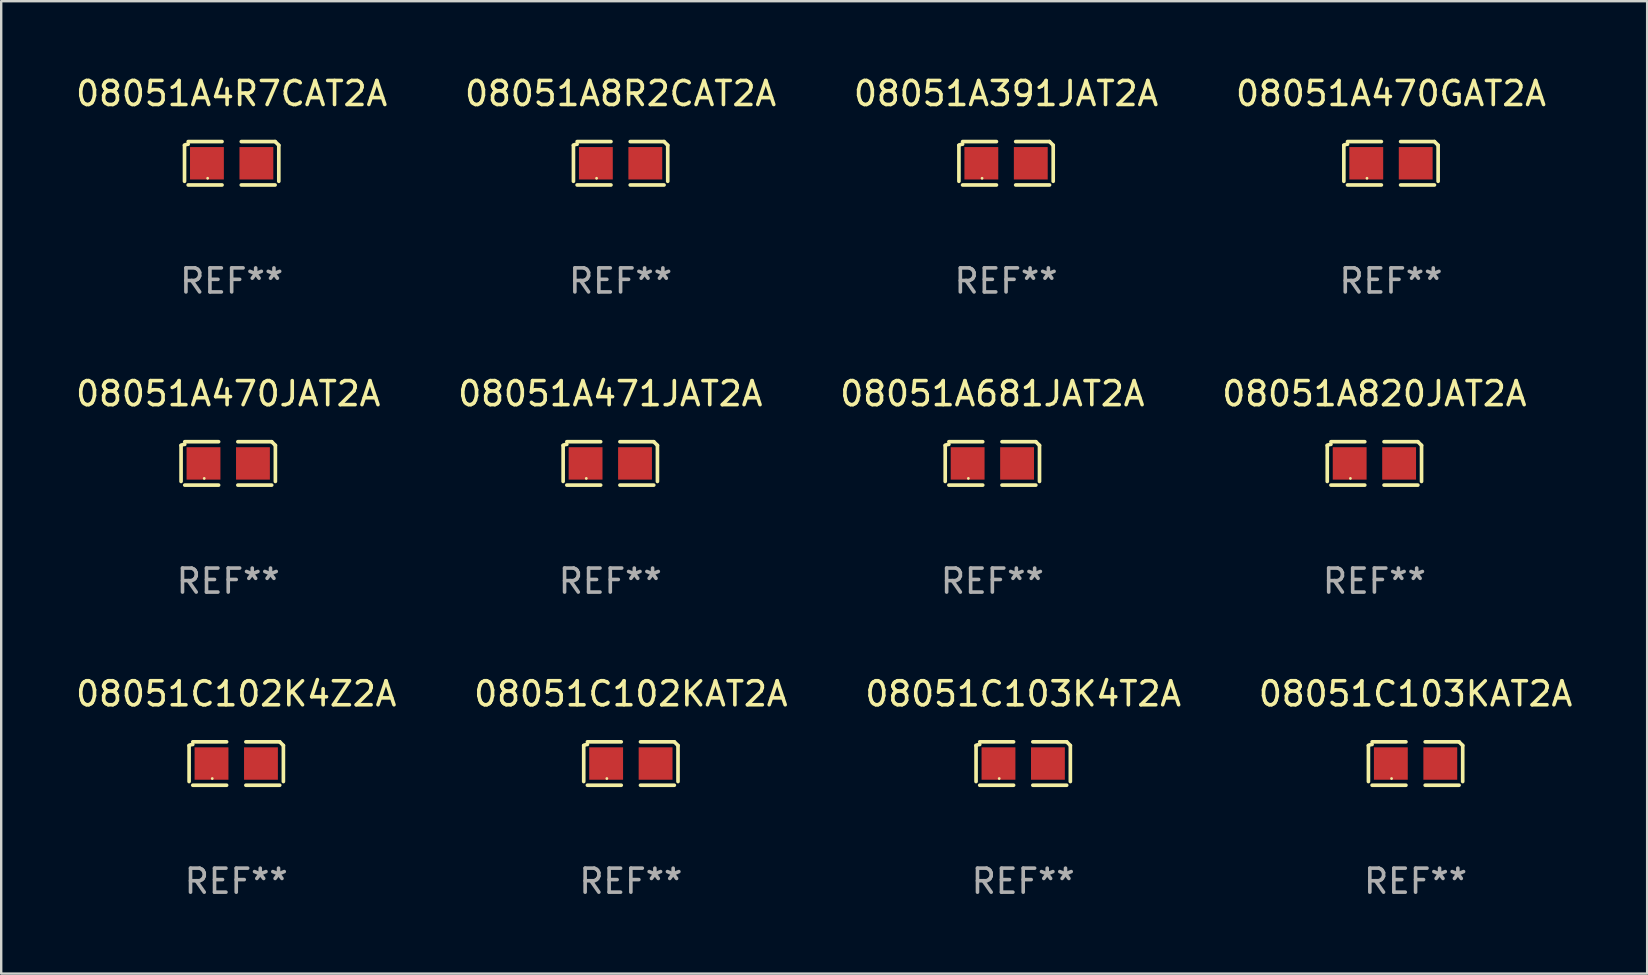
<source format=kicad_pcb>
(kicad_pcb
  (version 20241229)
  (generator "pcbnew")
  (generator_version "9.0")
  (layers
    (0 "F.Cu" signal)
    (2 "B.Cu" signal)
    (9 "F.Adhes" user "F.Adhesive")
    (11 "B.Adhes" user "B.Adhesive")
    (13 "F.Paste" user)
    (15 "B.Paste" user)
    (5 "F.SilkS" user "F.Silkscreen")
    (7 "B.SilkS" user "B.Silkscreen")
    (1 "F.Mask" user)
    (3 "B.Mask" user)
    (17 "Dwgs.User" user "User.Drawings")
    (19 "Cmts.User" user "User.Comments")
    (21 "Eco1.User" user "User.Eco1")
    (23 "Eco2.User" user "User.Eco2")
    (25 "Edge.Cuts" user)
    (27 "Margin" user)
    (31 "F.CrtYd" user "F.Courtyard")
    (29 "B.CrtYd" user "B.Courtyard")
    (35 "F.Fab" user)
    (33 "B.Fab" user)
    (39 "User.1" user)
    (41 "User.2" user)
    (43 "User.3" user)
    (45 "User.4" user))
  (footprint "08051A391JAT2A"
    (layer "F.Cu")
    (at 38.863 3.752)
    (property "Reference" "08051A391JAT2A" (at 0 -2.904 0) (layer "F.SilkS") (effects (font (size 1 1) (thickness 0.15))))
    (attr through_hole)
    (fp_line (start -1.964 0.751) (end -1.964 -0.751) (stroke (width 0.152) (type solid)) (layer "F.SilkS"))
    (fp_line (start -1.811 -0.904) (end -0.401 -0.904) (stroke (width 0.152) (type solid)) (layer "F.SilkS"))
    (fp_line (start -0.401 0.904) (end -1.811 0.904) (stroke (width 0.152) (type solid)) (layer "F.SilkS"))
    (fp_line (start 0.401 0.904) (end 1.811 0.904) (stroke (width 0.152) (type solid)) (layer "F.SilkS"))
    (fp_line (start 1.811 -0.904) (end 0.401 -0.904) (stroke (width 0.152) (type solid)) (layer "F.SilkS"))
    (fp_line (start 1.964 0.751) (end 1.964 -0.751) (stroke (width 0.152) (type solid)) (layer "F.SilkS"))
    (fp_arc (start -1.963602 -0.751207) (mid -1.890354 -0.783131) (end -1.811201 -0.794044) (stroke (width 0.1524) (type solid)) (layer "F.SilkS"))
    (fp_arc (start 1.811202 -0.903607) (mid 1.887413 -0.827418) (end 1.963602 -0.751207) (stroke (width 0.1524) (type solid)) (layer "F.SilkS"))
    (fp_circle (center -1 0.625) (end -0.97 0.625) (stroke (width 0.06) (type solid)) (fill no) (layer "F.SilkS"))
    (fp_text user "REF**" (at 0 4.904 0) (layer "F.Fab") (effects (font (size 1 1) (thickness 0.15))))
    (pad "1" smd rect (at -1.03 0) (size 1.41 1.35) (layers "F.Cu" "F.Mask" "F.Paste"))
    (pad "2" smd rect (at 1.03 0) (size 1.41 1.35) (layers "F.Cu" "F.Mask" "F.Paste")))
  (footprint "08051C103K4T2A"
    (layer "F.Cu")
    (at 39.577 28.759)
    (property "Reference" "08051C103K4T2A" (at 0 -2.904 0) (layer "F.SilkS") (effects (font (size 1 1) (thickness 0.15))))
    (attr through_hole)
    (fp_line (start -1.964 0.751) (end -1.964 -0.751) (stroke (width 0.152) (type solid)) (layer "F.SilkS"))
    (fp_line (start -1.811 -0.904) (end -0.401 -0.904) (stroke (width 0.152) (type solid)) (layer "F.SilkS"))
    (fp_line (start -0.401 0.904) (end -1.811 0.904) (stroke (width 0.152) (type solid)) (layer "F.SilkS"))
    (fp_line (start 0.401 0.904) (end 1.811 0.904) (stroke (width 0.152) (type solid)) (layer "F.SilkS"))
    (fp_line (start 1.811 -0.904) (end 0.401 -0.904) (stroke (width 0.152) (type solid)) (layer "F.SilkS"))
    (fp_line (start 1.964 0.751) (end 1.964 -0.751) (stroke (width 0.152) (type solid)) (layer "F.SilkS"))
    (fp_arc (start -1.963602 -0.751207) (mid -1.890354 -0.783131) (end -1.811201 -0.794044) (stroke (width 0.1524) (type solid)) (layer "F.SilkS"))
    (fp_arc (start 1.811202 -0.903607) (mid 1.887413 -0.827418) (end 1.963602 -0.751207) (stroke (width 0.1524) (type solid)) (layer "F.SilkS"))
    (fp_circle (center -1 0.625) (end -0.97 0.625) (stroke (width 0.06) (type solid)) (fill no) (layer "F.SilkS"))
    (fp_text user "REF**" (at 0 4.904 0) (layer "F.Fab") (effects (font (size 1 1) (thickness 0.15))))
    (pad "1" smd rect (at -1.03 0) (size 1.41 1.35) (layers "F.Cu" "F.Mask" "F.Paste"))
    (pad "2" smd rect (at 1.03 0) (size 1.41 1.35) (layers "F.Cu" "F.Mask" "F.Paste")))
  (footprint "08051C102KAT2A"
    (layer "F.Cu")
    (at 23.232 28.759)
    (property "Reference" "08051C102KAT2A" (at 0 -2.904 0) (layer "F.SilkS") (effects (font (size 1 1) (thickness 0.15))))
    (attr through_hole)
    (fp_line (start -1.964 0.751) (end -1.964 -0.751) (stroke (width 0.152) (type solid)) (layer "F.SilkS"))
    (fp_line (start -1.811 -0.904) (end -0.401 -0.904) (stroke (width 0.152) (type solid)) (layer "F.SilkS"))
    (fp_line (start -0.401 0.904) (end -1.811 0.904) (stroke (width 0.152) (type solid)) (layer "F.SilkS"))
    (fp_line (start 0.401 0.904) (end 1.811 0.904) (stroke (width 0.152) (type solid)) (layer "F.SilkS"))
    (fp_line (start 1.811 -0.904) (end 0.401 -0.904) (stroke (width 0.152) (type solid)) (layer "F.SilkS"))
    (fp_line (start 1.964 0.751) (end 1.964 -0.751) (stroke (width 0.152) (type solid)) (layer "F.SilkS"))
    (fp_arc (start -1.963602 -0.751207) (mid -1.890354 -0.783131) (end -1.811201 -0.794044) (stroke (width 0.1524) (type solid)) (layer "F.SilkS"))
    (fp_arc (start 1.811202 -0.903607) (mid 1.887413 -0.827418) (end 1.963602 -0.751207) (stroke (width 0.1524) (type solid)) (layer "F.SilkS"))
    (fp_circle (center -1 0.625) (end -0.97 0.625) (stroke (width 0.06) (type solid)) (fill no) (layer "F.SilkS"))
    (fp_text user "REF**" (at 0 4.904 0) (layer "F.Fab") (effects (font (size 1 1) (thickness 0.15))))
    (pad "1" smd rect (at -1.03 0) (size 1.41 1.35) (layers "F.Cu" "F.Mask" "F.Paste"))
    (pad "2" smd rect (at 1.03 0) (size 1.41 1.35) (layers "F.Cu" "F.Mask" "F.Paste")))
  (footprint "08051C102K4Z2A"
    (layer "F.Cu")
    (at 6.792 28.759)
    (property "Reference" "08051C102K4Z2A" (at 0 -2.904 0) (layer "F.SilkS") (effects (font (size 1 1) (thickness 0.15))))
    (attr through_hole)
    (fp_line (start -1.964 0.751) (end -1.964 -0.751) (stroke (width 0.152) (type solid)) (layer "F.SilkS"))
    (fp_line (start -1.811 -0.904) (end -0.401 -0.904) (stroke (width 0.152) (type solid)) (layer "F.SilkS"))
    (fp_line (start -0.401 0.904) (end -1.811 0.904) (stroke (width 0.152) (type solid)) (layer "F.SilkS"))
    (fp_line (start 0.401 0.904) (end 1.811 0.904) (stroke (width 0.152) (type solid)) (layer "F.SilkS"))
    (fp_line (start 1.811 -0.904) (end 0.401 -0.904) (stroke (width 0.152) (type solid)) (layer "F.SilkS"))
    (fp_line (start 1.964 0.751) (end 1.964 -0.751) (stroke (width 0.152) (type solid)) (layer "F.SilkS"))
    (fp_arc (start -1.963602 -0.751207) (mid -1.890354 -0.783131) (end -1.811201 -0.794044) (stroke (width 0.1524) (type solid)) (layer "F.SilkS"))
    (fp_arc (start 1.811202 -0.903607) (mid 1.887413 -0.827418) (end 1.963602 -0.751207) (stroke (width 0.1524) (type solid)) (layer "F.SilkS"))
    (fp_circle (center -1 0.625) (end -0.97 0.625) (stroke (width 0.06) (type solid)) (fill no) (layer "F.SilkS"))
    (fp_text user "REF**" (at 0 4.904 0) (layer "F.Fab") (effects (font (size 1 1) (thickness 0.15))))
    (pad "1" smd rect (at -1.03 0) (size 1.41 1.35) (layers "F.Cu" "F.Mask" "F.Paste"))
    (pad "2" smd rect (at 1.03 0) (size 1.41 1.35) (layers "F.Cu" "F.Mask" "F.Paste")))
  (footprint "08051A820JAT2A"
    (layer "F.Cu")
    (at 54.208 16.256)
    (property "Reference" "08051A820JAT2A" (at 0 -2.904 0) (layer "F.SilkS") (effects (font (size 1 1) (thickness 0.15))))
    (attr through_hole)
    (fp_line (start -1.964 0.751) (end -1.964 -0.751) (stroke (width 0.152) (type solid)) (layer "F.SilkS"))
    (fp_line (start -1.811 -0.904) (end -0.401 -0.904) (stroke (width 0.152) (type solid)) (layer "F.SilkS"))
    (fp_line (start -0.401 0.904) (end -1.811 0.904) (stroke (width 0.152) (type solid)) (layer "F.SilkS"))
    (fp_line (start 0.401 0.904) (end 1.811 0.904) (stroke (width 0.152) (type solid)) (layer "F.SilkS"))
    (fp_line (start 1.811 -0.904) (end 0.401 -0.904) (stroke (width 0.152) (type solid)) (layer "F.SilkS"))
    (fp_line (start 1.964 0.751) (end 1.964 -0.751) (stroke (width 0.152) (type solid)) (layer "F.SilkS"))
    (fp_arc (start -1.963602 -0.751207) (mid -1.890354 -0.783131) (end -1.811201 -0.794044) (stroke (width 0.1524) (type solid)) (layer "F.SilkS"))
    (fp_arc (start 1.811202 -0.903607) (mid 1.887413 -0.827418) (end 1.963602 -0.751207) (stroke (width 0.1524) (type solid)) (layer "F.SilkS"))
    (fp_circle (center -1 0.625) (end -0.97 0.625) (stroke (width 0.06) (type solid)) (fill no) (layer "F.SilkS"))
    (fp_text user "REF**" (at 0 4.904 0) (layer "F.Fab") (effects (font (size 1 1) (thickness 0.15))))
    (pad "1" smd rect (at -1.03 0) (size 1.41 1.35) (layers "F.Cu" "F.Mask" "F.Paste"))
    (pad "2" smd rect (at 1.03 0) (size 1.41 1.35) (layers "F.Cu" "F.Mask" "F.Paste")))
  (footprint "08051A8R2CAT2A"
    (layer "F.Cu")
    (at 22.804 3.752)
    (property "Reference" "08051A8R2CAT2A" (at 0 -2.904 0) (layer "F.SilkS") (effects (font (size 1 1) (thickness 0.15))))
    (attr through_hole)
    (fp_line (start -1.964 0.751) (end -1.964 -0.751) (stroke (width 0.152) (type solid)) (layer "F.SilkS"))
    (fp_line (start -1.811 -0.904) (end -0.401 -0.904) (stroke (width 0.152) (type solid)) (layer "F.SilkS"))
    (fp_line (start -0.401 0.904) (end -1.811 0.904) (stroke (width 0.152) (type solid)) (layer "F.SilkS"))
    (fp_line (start 0.401 0.904) (end 1.811 0.904) (stroke (width 0.152) (type solid)) (layer "F.SilkS"))
    (fp_line (start 1.811 -0.904) (end 0.401 -0.904) (stroke (width 0.152) (type solid)) (layer "F.SilkS"))
    (fp_line (start 1.964 0.751) (end 1.964 -0.751) (stroke (width 0.152) (type solid)) (layer "F.SilkS"))
    (fp_arc (start -1.963602 -0.751207) (mid -1.890354 -0.783131) (end -1.811201 -0.794044) (stroke (width 0.1524) (type solid)) (layer "F.SilkS"))
    (fp_arc (start 1.811202 -0.903607) (mid 1.887413 -0.827418) (end 1.963602 -0.751207) (stroke (width 0.1524) (type solid)) (layer "F.SilkS"))
    (fp_circle (center -1 0.625) (end -0.97 0.625) (stroke (width 0.06) (type solid)) (fill no) (layer "F.SilkS"))
    (fp_text user "REF**" (at 0 4.904 0) (layer "F.Fab") (effects (font (size 1 1) (thickness 0.15))))
    (pad "1" smd rect (at -1.03 0) (size 1.41 1.35) (layers "F.Cu" "F.Mask" "F.Paste"))
    (pad "2" smd rect (at 1.03 0) (size 1.41 1.35) (layers "F.Cu" "F.Mask" "F.Paste")))
  (footprint "08051A470JAT2A"
    (layer "F.Cu")
    (at 6.458 16.256)
    (property "Reference" "08051A470JAT2A" (at 0 -2.904 0) (layer "F.SilkS") (effects (font (size 1 1) (thickness 0.15))))
    (attr through_hole)
    (fp_line (start -1.964 0.751) (end -1.964 -0.751) (stroke (width 0.152) (type solid)) (layer "F.SilkS"))
    (fp_line (start -1.811 -0.904) (end -0.401 -0.904) (stroke (width 0.152) (type solid)) (layer "F.SilkS"))
    (fp_line (start -0.401 0.904) (end -1.811 0.904) (stroke (width 0.152) (type solid)) (layer "F.SilkS"))
    (fp_line (start 0.401 0.904) (end 1.811 0.904) (stroke (width 0.152) (type solid)) (layer "F.SilkS"))
    (fp_line (start 1.811 -0.904) (end 0.401 -0.904) (stroke (width 0.152) (type solid)) (layer "F.SilkS"))
    (fp_line (start 1.964 0.751) (end 1.964 -0.751) (stroke (width 0.152) (type solid)) (layer "F.SilkS"))
    (fp_arc (start -1.963602 -0.751207) (mid -1.890354 -0.783131) (end -1.811201 -0.794044) (stroke (width 0.1524) (type solid)) (layer "F.SilkS"))
    (fp_arc (start 1.811202 -0.903607) (mid 1.887413 -0.827418) (end 1.963602 -0.751207) (stroke (width 0.1524) (type solid)) (layer "F.SilkS"))
    (fp_circle (center -1 0.625) (end -0.97 0.625) (stroke (width 0.06) (type solid)) (fill no) (layer "F.SilkS"))
    (fp_text user "REF**" (at 0 4.904 0) (layer "F.Fab") (effects (font (size 1 1) (thickness 0.15))))
    (pad "1" smd rect (at -1.03 0) (size 1.41 1.35) (layers "F.Cu" "F.Mask" "F.Paste"))
    (pad "2" smd rect (at 1.03 0) (size 1.41 1.35) (layers "F.Cu" "F.Mask" "F.Paste")))
  (footprint "08051A681JAT2A"
    (layer "F.Cu")
    (at 38.292 16.256)
    (property "Reference" "08051A681JAT2A" (at 0 -2.904 0) (layer "F.SilkS") (effects (font (size 1 1) (thickness 0.15))))
    (attr through_hole)
    (fp_line (start -1.964 0.751) (end -1.964 -0.751) (stroke (width 0.152) (type solid)) (layer "F.SilkS"))
    (fp_line (start -1.811 -0.904) (end -0.401 -0.904) (stroke (width 0.152) (type solid)) (layer "F.SilkS"))
    (fp_line (start -0.401 0.904) (end -1.811 0.904) (stroke (width 0.152) (type solid)) (layer "F.SilkS"))
    (fp_line (start 0.401 0.904) (end 1.811 0.904) (stroke (width 0.152) (type solid)) (layer "F.SilkS"))
    (fp_line (start 1.811 -0.904) (end 0.401 -0.904) (stroke (width 0.152) (type solid)) (layer "F.SilkS"))
    (fp_line (start 1.964 0.751) (end 1.964 -0.751) (stroke (width 0.152) (type solid)) (layer "F.SilkS"))
    (fp_arc (start -1.963602 -0.751207) (mid -1.890354 -0.783131) (end -1.811201 -0.794044) (stroke (width 0.1524) (type solid)) (layer "F.SilkS"))
    (fp_arc (start 1.811202 -0.903607) (mid 1.887413 -0.827418) (end 1.963602 -0.751207) (stroke (width 0.1524) (type solid)) (layer "F.SilkS"))
    (fp_circle (center -1 0.625) (end -0.97 0.625) (stroke (width 0.06) (type solid)) (fill no) (layer "F.SilkS"))
    (fp_text user "REF**" (at 0 4.904 0) (layer "F.Fab") (effects (font (size 1 1) (thickness 0.15))))
    (pad "1" smd rect (at -1.03 0) (size 1.41 1.35) (layers "F.Cu" "F.Mask" "F.Paste"))
    (pad "2" smd rect (at 1.03 0) (size 1.41 1.35) (layers "F.Cu" "F.Mask" "F.Paste")))
  (footprint "08051C103KAT2A"
    (layer "F.Cu")
    (at 55.923 28.759)
    (property "Reference" "08051C103KAT2A" (at 0 -2.904 0) (layer "F.SilkS") (effects (font (size 1 1) (thickness 0.15))))
    (attr through_hole)
    (fp_line (start -1.964 0.751) (end -1.964 -0.751) (stroke (width 0.152) (type solid)) (layer "F.SilkS"))
    (fp_line (start -1.811 -0.904) (end -0.401 -0.904) (stroke (width 0.152) (type solid)) (layer "F.SilkS"))
    (fp_line (start -0.401 0.904) (end -1.811 0.904) (stroke (width 0.152) (type solid)) (layer "F.SilkS"))
    (fp_line (start 0.401 0.904) (end 1.811 0.904) (stroke (width 0.152) (type solid)) (layer "F.SilkS"))
    (fp_line (start 1.811 -0.904) (end 0.401 -0.904) (stroke (width 0.152) (type solid)) (layer "F.SilkS"))
    (fp_line (start 1.964 0.751) (end 1.964 -0.751) (stroke (width 0.152) (type solid)) (layer "F.SilkS"))
    (fp_arc (start -1.963602 -0.751207) (mid -1.890354 -0.783131) (end -1.811201 -0.794044) (stroke (width 0.1524) (type solid)) (layer "F.SilkS"))
    (fp_arc (start 1.811202 -0.903607) (mid 1.887413 -0.827418) (end 1.963602 -0.751207) (stroke (width 0.1524) (type solid)) (layer "F.SilkS"))
    (fp_circle (center -1 0.625) (end -0.97 0.625) (stroke (width 0.06) (type solid)) (fill no) (layer "F.SilkS"))
    (fp_text user "REF**" (at 0 4.904 0) (layer "F.Fab") (effects (font (size 1 1) (thickness 0.15))))
    (pad "1" smd rect (at -1.03 0) (size 1.41 1.35) (layers "F.Cu" "F.Mask" "F.Paste"))
    (pad "2" smd rect (at 1.03 0) (size 1.41 1.35) (layers "F.Cu" "F.Mask" "F.Paste")))
  (footprint "08051A471JAT2A"
    (layer "F.Cu")
    (at 22.375 16.256)
    (property "Reference" "08051A471JAT2A" (at 0 -2.904 0) (layer "F.SilkS") (effects (font (size 1 1) (thickness 0.15))))
    (attr through_hole)
    (fp_line (start -1.964 0.751) (end -1.964 -0.751) (stroke (width 0.152) (type solid)) (layer "F.SilkS"))
    (fp_line (start -1.811 -0.904) (end -0.401 -0.904) (stroke (width 0.152) (type solid)) (layer "F.SilkS"))
    (fp_line (start -0.401 0.904) (end -1.811 0.904) (stroke (width 0.152) (type solid)) (layer "F.SilkS"))
    (fp_line (start 0.401 0.904) (end 1.811 0.904) (stroke (width 0.152) (type solid)) (layer "F.SilkS"))
    (fp_line (start 1.811 -0.904) (end 0.401 -0.904) (stroke (width 0.152) (type solid)) (layer "F.SilkS"))
    (fp_line (start 1.964 0.751) (end 1.964 -0.751) (stroke (width 0.152) (type solid)) (layer "F.SilkS"))
    (fp_arc (start -1.963602 -0.751207) (mid -1.890354 -0.783131) (end -1.811201 -0.794044) (stroke (width 0.1524) (type solid)) (layer "F.SilkS"))
    (fp_arc (start 1.811202 -0.903607) (mid 1.887413 -0.827418) (end 1.963602 -0.751207) (stroke (width 0.1524) (type solid)) (layer "F.SilkS"))
    (fp_circle (center -1 0.625) (end -0.97 0.625) (stroke (width 0.06) (type solid)) (fill no) (layer "F.SilkS"))
    (fp_text user "REF**" (at 0 4.904 0) (layer "F.Fab") (effects (font (size 1 1) (thickness 0.15))))
    (pad "1" smd rect (at -1.03 0) (size 1.41 1.35) (layers "F.Cu" "F.Mask" "F.Paste"))
    (pad "2" smd rect (at 1.03 0) (size 1.41 1.35) (layers "F.Cu" "F.Mask" "F.Paste")))
  (footprint "08051A470GAT2A"
    (layer "F.Cu")
    (at 54.899 3.752)
    (property "Reference" "08051A470GAT2A" (at 0 -2.904 0) (layer "F.SilkS") (effects (font (size 1 1) (thickness 0.15))))
    (attr through_hole)
    (fp_line (start -1.964 0.751) (end -1.964 -0.751) (stroke (width 0.152) (type solid)) (layer "F.SilkS"))
    (fp_line (start -1.811 -0.904) (end -0.401 -0.904) (stroke (width 0.152) (type solid)) (layer "F.SilkS"))
    (fp_line (start -0.401 0.904) (end -1.811 0.904) (stroke (width 0.152) (type solid)) (layer "F.SilkS"))
    (fp_line (start 0.401 0.904) (end 1.811 0.904) (stroke (width 0.152) (type solid)) (layer "F.SilkS"))
    (fp_line (start 1.811 -0.904) (end 0.401 -0.904) (stroke (width 0.152) (type solid)) (layer "F.SilkS"))
    (fp_line (start 1.964 0.751) (end 1.964 -0.751) (stroke (width 0.152) (type solid)) (layer "F.SilkS"))
    (fp_arc (start -1.963602 -0.751207) (mid -1.890354 -0.783131) (end -1.811201 -0.794044) (stroke (width 0.1524) (type solid)) (layer "F.SilkS"))
    (fp_arc (start 1.811202 -0.903607) (mid 1.887413 -0.827418) (end 1.963602 -0.751207) (stroke (width 0.1524) (type solid)) (layer "F.SilkS"))
    (fp_circle (center -1 0.625) (end -0.97 0.625) (stroke (width 0.06) (type solid)) (fill no) (layer "F.SilkS"))
    (fp_text user "REF**" (at 0 4.904 0) (layer "F.Fab") (effects (font (size 1 1) (thickness 0.15))))
    (pad "1" smd rect (at -1.03 0) (size 1.41 1.35) (layers "F.Cu" "F.Mask" "F.Paste"))
    (pad "2" smd rect (at 1.03 0) (size 1.41 1.35) (layers "F.Cu" "F.Mask" "F.Paste")))
  (footprint "08051A4R7CAT2A"
    (layer "F.Cu")
    (at 6.601 3.752)
    (property "Reference" "08051A4R7CAT2A" (at 0 -2.904 0) (layer "F.SilkS") (effects (font (size 1 1) (thickness 0.15))))
    (attr through_hole)
    (fp_line (start -1.964 0.751) (end -1.964 -0.751) (stroke (width 0.152) (type solid)) (layer "F.SilkS"))
    (fp_line (start -1.811 -0.904) (end -0.401 -0.904) (stroke (width 0.152) (type solid)) (layer "F.SilkS"))
    (fp_line (start -0.401 0.904) (end -1.811 0.904) (stroke (width 0.152) (type solid)) (layer "F.SilkS"))
    (fp_line (start 0.401 0.904) (end 1.811 0.904) (stroke (width 0.152) (type solid)) (layer "F.SilkS"))
    (fp_line (start 1.811 -0.904) (end 0.401 -0.904) (stroke (width 0.152) (type solid)) (layer "F.SilkS"))
    (fp_line (start 1.964 0.751) (end 1.964 -0.751) (stroke (width 0.152) (type solid)) (layer "F.SilkS"))
    (fp_arc (start -1.963602 -0.751207) (mid -1.890354 -0.783131) (end -1.811201 -0.794044) (stroke (width 0.1524) (type solid)) (layer "F.SilkS"))
    (fp_arc (start 1.811202 -0.903607) (mid 1.887413 -0.827418) (end 1.963602 -0.751207) (stroke (width 0.1524) (type solid)) (layer "F.SilkS"))
    (fp_circle (center -1 0.625) (end -0.97 0.625) (stroke (width 0.06) (type solid)) (fill no) (layer "F.SilkS"))
    (fp_text user "REF**" (at 0 4.904 0) (layer "F.Fab") (effects (font (size 1 1) (thickness 0.15))))
    (pad "1" smd rect (at -1.03 0) (size 1.41 1.35) (layers "F.Cu" "F.Mask" "F.Paste"))
    (pad "2" smd rect (at 1.03 0) (size 1.41 1.35) (layers "F.Cu" "F.Mask" "F.Paste")))
  (gr_rect
    (start -3 -3)
    (end 65.571 37.511)
    (stroke (width 0.1) (type default))
    (fill no)
    (layer "Edge.Cuts")))
</source>
